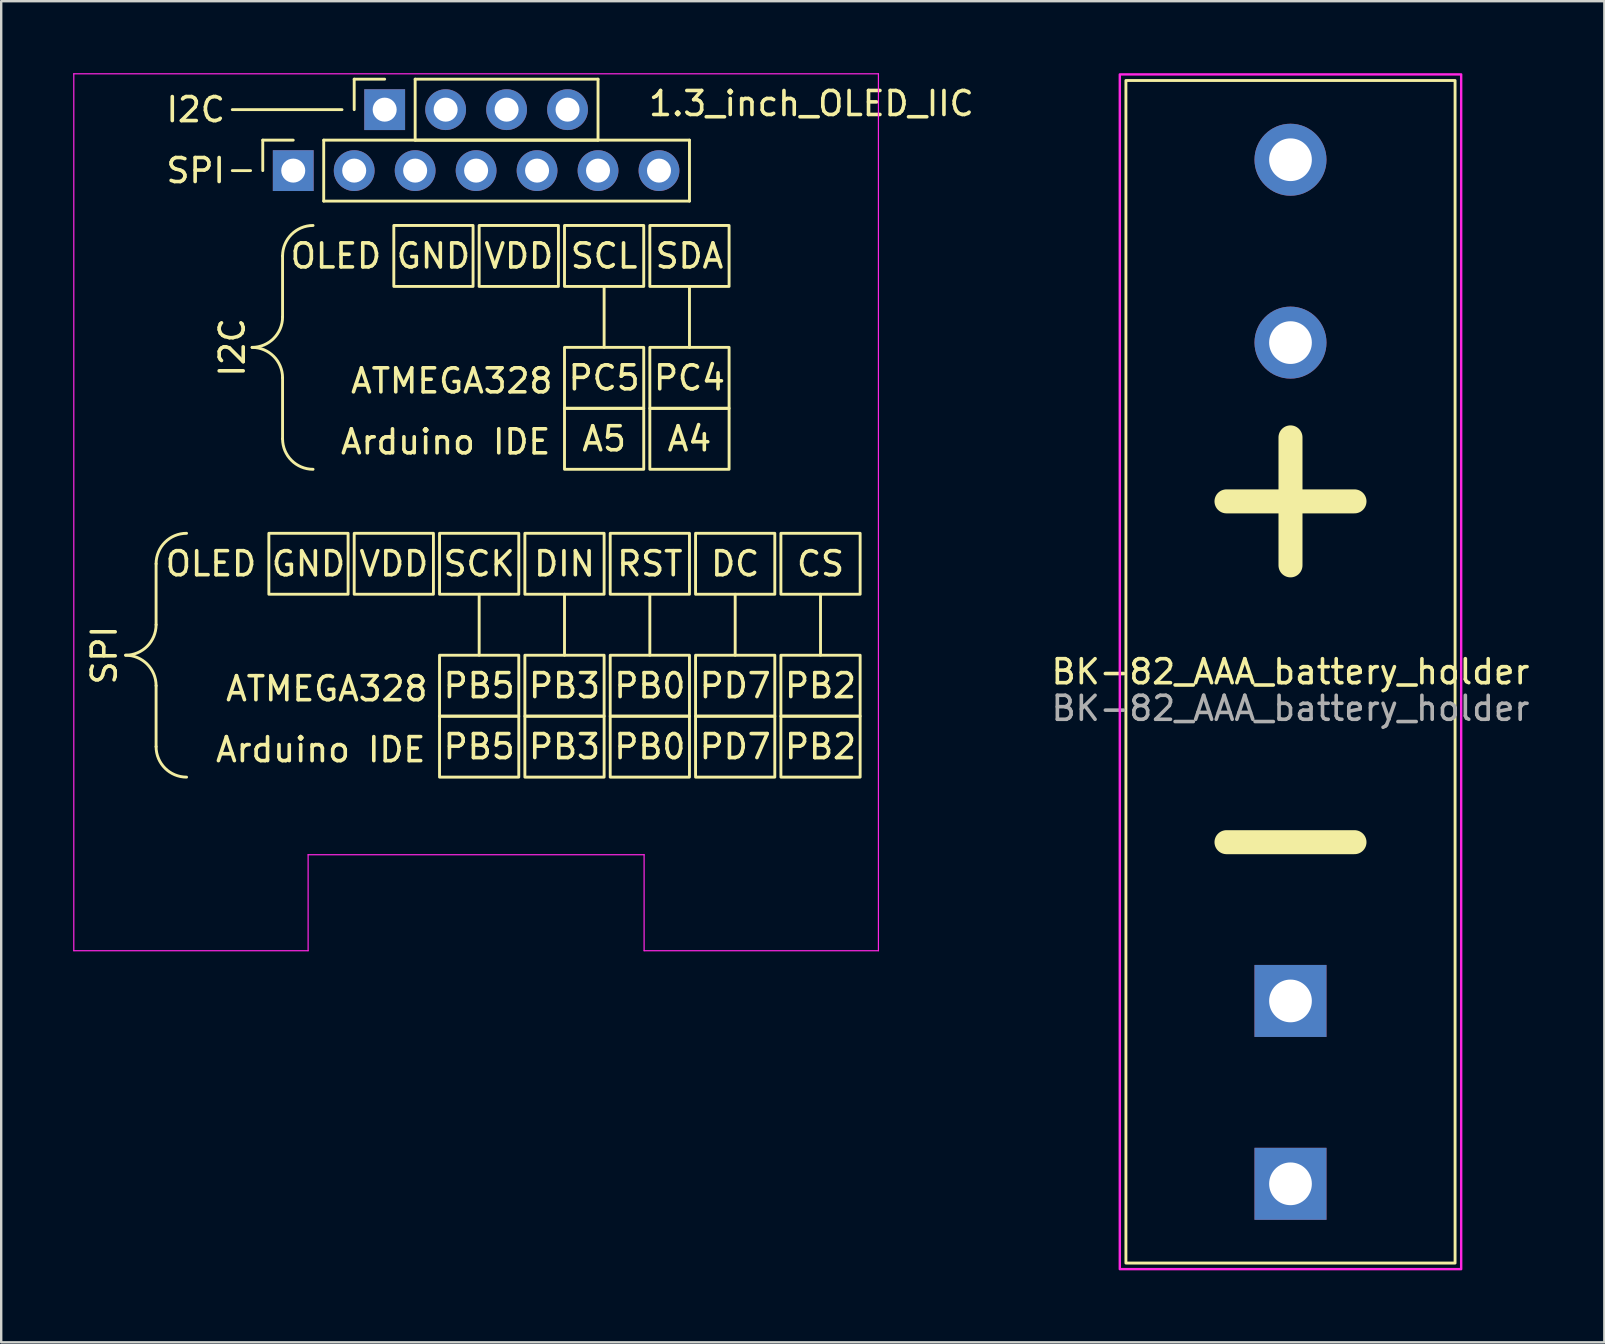
<source format=kicad_pcb>
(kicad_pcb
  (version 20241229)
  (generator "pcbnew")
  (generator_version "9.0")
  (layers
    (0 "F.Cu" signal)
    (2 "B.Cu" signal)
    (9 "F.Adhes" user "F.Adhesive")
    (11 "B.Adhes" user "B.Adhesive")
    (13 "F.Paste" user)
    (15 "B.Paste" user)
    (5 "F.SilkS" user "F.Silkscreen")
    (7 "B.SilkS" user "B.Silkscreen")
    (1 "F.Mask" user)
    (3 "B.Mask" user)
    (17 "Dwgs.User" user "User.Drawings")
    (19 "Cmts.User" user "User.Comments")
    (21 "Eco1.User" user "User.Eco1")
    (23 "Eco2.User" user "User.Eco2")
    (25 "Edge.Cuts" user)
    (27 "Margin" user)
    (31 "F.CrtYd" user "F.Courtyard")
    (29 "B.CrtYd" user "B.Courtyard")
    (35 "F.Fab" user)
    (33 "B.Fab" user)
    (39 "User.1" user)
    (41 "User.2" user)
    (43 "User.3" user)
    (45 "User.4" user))
  (footprint "BK-82_AAA_battery_holder"
    (layer "F.Cu")
    (at 50.723 24.942)
    (property "Reference" "BK-82_AAA_battery_holder" (at 0 0 0) (unlocked yes) (layer "F.SilkS") (effects (font (size 1 1) (thickness 0.15))))
    (attr smd)
    (fp_rect (start 6.858 24.638) (end -6.858 -24.638) (stroke (width 0.12) (type solid)) (fill no) (layer "F.SilkS"))
    (fp_rect (start 7.112 -24.892) (end -7.112 24.892) (stroke (width 0.1) (type solid)) (fill no) (layer "F.CrtYd"))
    (fp_text user "+" (at 0 -7.62 0) (unlocked yes) (layer "F.SilkS") (effects (font (size 7 7) (thickness 1))))
    (fp_text user "-" (at 0 7.62 180) (unlocked yes) (layer "F.SilkS") (effects (font (size 7 7) (thickness 1))))
    (fp_text user "${REFERENCE}" (at 0 1.524 0) (unlocked yes) (layer "F.Fab") (effects (font (size 1 1) (thickness 0.15))))
    (pad "1" thru_hole circle (at 0 -21.336 180) (size 3 3) (drill 1.78) (layers "*.Cu" "*.Mask"))
    (pad "1" thru_hole circle (at 0 -13.716 180) (size 3 3) (drill 1.78) (layers "*.Cu" "*.Mask"))
    (pad "2" thru_hole rect (at 0 13.716 180) (size 3 3) (drill 1.78) (layers "*.Cu" "*.Mask"))
    (pad "2" thru_hole rect (at 0 21.336 180) (size 3 3) (drill 1.78) (layers "*.Cu" "*.Mask")))
  (footprint "1.3_inch_OLED_IIC"
    (layer "F.Cu")
    (at 16.789 16.245)
    (property "Reference" "1.3_inch_OLED_IIC" (at 13.97 -14.98 180) (layer "F.SilkS") (effects (font (size 1 1) (thickness 0.15))))
    (attr through_hole)
    (fp_line (start -13.335 6.737) (end -13.335 4.197) (stroke (width 0.12) (type solid)) (layer "F.SilkS"))
    (fp_line (start -13.335 9.277) (end -13.335 11.817) (stroke (width 0.12) (type solid)) (layer "F.SilkS"))
    (fp_line (start -9.398 -12.186) (end -10.16 -12.186) (stroke (width 0.12) (type solid)) (layer "F.SilkS"))
    (fp_line (start -8.89 -12.186) (end -8.89 -13.456) (stroke (width 0.12) (type solid)) (layer "F.SilkS"))
    (fp_line (start -8.065 -6.09) (end -8.065 -8.63) (stroke (width 0.12) (type solid)) (layer "F.SilkS"))
    (fp_line (start -8.065 -3.55) (end -8.065 -1.01) (stroke (width 0.12) (type solid)) (layer "F.SilkS"))
    (fp_line (start -7.62 -13.456) (end -8.89 -13.456) (stroke (width 0.12) (type solid)) (layer "F.SilkS"))
    (fp_line (start -6.35 -13.456) (end 8.89 -13.456) (stroke (width 0.12) (type solid)) (layer "F.SilkS"))
    (fp_line (start -6.35 -10.916) (end -6.35 -13.456) (stroke (width 0.12) (type solid)) (layer "F.SilkS"))
    (fp_line (start -6.35 -10.916) (end 8.89 -10.916) (stroke (width 0.12) (type solid)) (layer "F.SilkS"))
    (fp_line (start -5.588 -14.726) (end -10.16 -14.726) (stroke (width 0.12) (type solid)) (layer "F.SilkS"))
    (fp_line (start -5.08 -14.726) (end -5.08 -15.996) (stroke (width 0.12) (type solid)) (layer "F.SilkS"))
    (fp_line (start -3.81 -15.996) (end -5.08 -15.996) (stroke (width 0.12) (type solid)) (layer "F.SilkS"))
    (fp_line (start -2.54 -15.996) (end 5.08 -15.996) (stroke (width 0.12) (type solid)) (layer "F.SilkS"))
    (fp_line (start -2.54 -13.456) (end -2.54 -15.996) (stroke (width 0.12) (type solid)) (layer "F.SilkS"))
    (fp_line (start -2.54 -13.456) (end 5.08 -13.456) (stroke (width 0.12) (type solid)) (layer "F.SilkS"))
    (fp_line (start 0.127 8.007) (end 0.127 5.467) (stroke (width 0.12) (type solid)) (layer "F.SilkS"))
    (fp_line (start 3.683 5.467) (end 3.683 8.007) (stroke (width 0.12) (type solid)) (layer "F.SilkS"))
    (fp_line (start 5.08 -13.456) (end 5.08 -15.996) (stroke (width 0.12) (type solid)) (layer "F.SilkS"))
    (fp_line (start 5.334 -4.82) (end 5.334 -7.36) (stroke (width 0.12) (type solid)) (layer "F.SilkS"))
    (fp_line (start 7.239 5.467) (end 7.239 8.007) (stroke (width 0.12) (type solid)) (layer "F.SilkS"))
    (fp_line (start 8.89 -10.916) (end 8.89 -13.456) (stroke (width 0.12) (type solid)) (layer "F.SilkS"))
    (fp_line (start 8.89 -7.36) (end 8.89 -4.82) (stroke (width 0.12) (type solid)) (layer "F.SilkS"))
    (fp_line (start 10.795 5.467) (end 10.795 8.007) (stroke (width 0.12) (type solid)) (layer "F.SilkS"))
    (fp_line (start 14.351 8.007) (end 14.351 5.467) (stroke (width 0.12) (type solid)) (layer "F.SilkS"))
    (fp_rect (start -8.636 2.927) (end -5.334 5.467) (stroke (width 0.12) (type solid)) (fill no) (layer "F.SilkS"))
    (fp_rect (start -5.08 2.927) (end -1.778 5.467) (stroke (width 0.12) (type solid)) (fill no) (layer "F.SilkS"))
    (fp_rect (start -3.429 -9.9) (end -0.127 -7.36) (stroke (width 0.12) (type solid)) (fill no) (layer "F.SilkS"))
    (fp_rect (start -1.524 2.927) (end 1.778 5.467) (stroke (width 0.12) (type solid)) (fill no) (layer "F.SilkS"))
    (fp_rect (start -1.524 8.007) (end 1.778 10.547) (stroke (width 0.12) (type solid)) (fill no) (layer "F.SilkS"))
    (fp_rect (start -1.524 10.547) (end 1.778 13.087) (stroke (width 0.12) (type solid)) (fill no) (layer "F.SilkS"))
    (fp_rect (start 0.127 -9.9) (end 3.429 -7.36) (stroke (width 0.12) (type solid)) (fill no) (layer "F.SilkS"))
    (fp_rect (start 2.032 2.927) (end 5.334 5.467) (stroke (width 0.12) (type solid)) (fill no) (layer "F.SilkS"))
    (fp_rect (start 2.032 8.007) (end 5.334 10.547) (stroke (width 0.12) (type solid)) (fill no) (layer "F.SilkS"))
    (fp_rect (start 2.032 10.547) (end 5.334 13.087) (stroke (width 0.12) (type solid)) (fill no) (layer "F.SilkS"))
    (fp_rect (start 3.683 -9.9) (end 6.985 -7.36) (stroke (width 0.12) (type solid)) (fill no) (layer "F.SilkS"))
    (fp_rect (start 3.683 -4.82) (end 6.985 -2.28) (stroke (width 0.12) (type solid)) (fill no) (layer "F.SilkS"))
    (fp_rect (start 3.683 -2.28) (end 6.985 0.26) (stroke (width 0.12) (type solid)) (fill no) (layer "F.SilkS"))
    (fp_rect (start 5.588 2.927) (end 8.89 5.467) (stroke (width 0.12) (type solid)) (fill no) (layer "F.SilkS"))
    (fp_rect (start 5.588 8.007) (end 8.89 10.547) (stroke (width 0.12) (type solid)) (fill no) (layer "F.SilkS"))
    (fp_rect (start 5.588 10.547) (end 8.89 13.087) (stroke (width 0.12) (type solid)) (fill no) (layer "F.SilkS"))
    (fp_rect (start 7.239 -9.9) (end 10.541 -7.36) (stroke (width 0.12) (type solid)) (fill no) (layer "F.SilkS"))
    (fp_rect (start 7.239 -4.82) (end 10.541 -2.28) (stroke (width 0.12) (type solid)) (fill no) (layer "F.SilkS"))
    (fp_rect (start 7.239 -2.28) (end 10.541 0.26) (stroke (width 0.12) (type solid)) (fill no) (layer "F.SilkS"))
    (fp_rect (start 9.144 2.927) (end 12.446 5.467) (stroke (width 0.12) (type solid)) (fill no) (layer "F.SilkS"))
    (fp_rect (start 9.144 8.007) (end 12.446 10.547) (stroke (width 0.12) (type solid)) (fill no) (layer "F.SilkS"))
    (fp_rect (start 9.144 10.547) (end 12.446 13.087) (stroke (width 0.12) (type solid)) (fill no) (layer "F.SilkS"))
    (fp_rect (start 12.7 2.927) (end 16.002 5.467) (stroke (width 0.12) (type solid)) (fill no) (layer "F.SilkS"))
    (fp_rect (start 12.7 8.007) (end 16.002 10.547) (stroke (width 0.12) (type solid)) (fill no) (layer "F.SilkS"))
    (fp_rect (start 12.7 10.547) (end 16.002 13.087) (stroke (width 0.12) (type solid)) (fill no) (layer "F.SilkS"))
    (fp_arc (start -14.605 8.007) (mid -13.706974 8.378974) (end -13.335 9.277) (stroke (width 0.12) (type solid)) (layer "F.SilkS"))
    (fp_arc (start -13.335 4.197) (mid -12.963026 3.298974) (end -12.065 2.927) (stroke (width 0.12) (type solid)) (layer "F.SilkS"))
    (fp_arc (start -13.335 6.737) (mid -13.706974 7.635026) (end -14.605 8.007) (stroke (width 0.12) (type solid)) (layer "F.SilkS"))
    (fp_arc (start -12.065 13.087) (mid -12.963026 12.715026) (end -13.335 11.817) (stroke (width 0.12) (type solid)) (layer "F.SilkS"))
    (fp_arc (start -9.3345 -4.82) (mid -8.436474 -4.448026) (end -8.0645 -3.55) (stroke (width 0.12) (type solid)) (layer "F.SilkS"))
    (fp_arc (start -8.0645 -8.63) (mid -7.692526 -9.528026) (end -6.7945 -9.9) (stroke (width 0.12) (type solid)) (layer "F.SilkS"))
    (fp_arc (start -8.0645 -6.09) (mid -8.436474 -5.191974) (end -9.3345 -4.82) (stroke (width 0.12) (type solid)) (layer "F.SilkS"))
    (fp_arc (start -6.7945 0.26) (mid -7.692526 -0.111974) (end -8.0645 -1.01) (stroke (width 0.12) (type solid)) (layer "F.SilkS"))
    (fp_line (start -16.764 -16.22) (end 16.764 -16.22) (stroke (width 0.05) (type solid)) (layer "F.CrtYd"))
    (fp_line (start -16.764 20.32) (end -16.764 -16.22) (stroke (width 0.05) (type solid)) (layer "F.CrtYd"))
    (fp_line (start -7 16.32) (end -7 20.32) (stroke (width 0.05) (type solid)) (layer "F.CrtYd"))
    (fp_line (start -7 16.32) (end 7 16.32) (stroke (width 0.05) (type solid)) (layer "F.CrtYd"))
    (fp_line (start -7 20.32) (end -16.764 20.32) (stroke (width 0.05) (type solid)) (layer "F.CrtYd"))
    (fp_line (start 7 16.32) (end 7 20.32) (stroke (width 0.05) (type solid)) (layer "F.CrtYd"))
    (fp_line (start 16.764 -16.22) (end 16.764 20.32) (stroke (width 0.05) (type solid)) (layer "F.CrtYd"))
    (fp_line (start 16.764 20.32) (end 7 20.32) (stroke (width 0.05) (type solid)) (layer "F.CrtYd"))
    (fp_text user "I2C" (at -11.684 -14.726 0) (unlocked yes) (layer "F.SilkS") (effects (font (size 1 1) (thickness 0.15))))
    (fp_text user "SPI" (at -11.684 -12.186 0) (unlocked yes) (layer "F.SilkS") (effects (font (size 1 1) (thickness 0.15))))
    (fp_text user "SPI" (at -15.494 8.007 90) (unlocked yes) (layer "F.SilkS") (effects (font (size 1 1) (thickness 0.15))))
    (fp_text user "SDA" (at 8.89 -8.63 0) (unlocked yes) (layer "F.SilkS") (effects (font (size 1 1) (thickness 0.15))))
    (fp_text user "SCL" (at 5.334 -8.63 0) (unlocked yes) (layer "F.SilkS") (effects (font (size 1 1) (thickness 0.15))))
    (fp_text user "DIN" (at 3.683 4.197 0) (unlocked yes) (layer "F.SilkS") (effects (font (size 1 1) (thickness 0.15))))
    (fp_text user "A5" (at 5.334 -1.01 0) (unlocked yes) (layer "F.SilkS") (effects (font (size 1 1) (thickness 0.15))))
    (fp_text user "GND" (at -1.778 -8.63 0) (unlocked yes) (layer "F.SilkS") (effects (font (size 1 1) (thickness 0.15))))
    (fp_text user "PB3" (at 3.683 11.817 0) (unlocked yes) (layer "F.SilkS") (effects (font (size 1 1) (thickness 0.15))))
    (fp_text user "ATMEGA328" (at -6.223 9.404 0) (unlocked yes) (layer "F.SilkS") (effects (font (size 1 1) (thickness 0.15))))
    (fp_text user "PB0" (at 7.239 11.817 0) (unlocked yes) (layer "F.SilkS") (effects (font (size 1 1) (thickness 0.15))))
    (fp_text user "SCK" (at 0.127 4.197 0) (unlocked yes) (layer "F.SilkS") (effects (font (size 1 1) (thickness 0.15))))
    (fp_text user "Arduino IDE" (at -6.477 11.944 0) (unlocked yes) (layer "F.SilkS") (effects (font (size 1 1) (thickness 0.15))))
    (fp_text user "PB5" (at 0.127 9.277 0) (unlocked yes) (layer "F.SilkS") (effects (font (size 1 1) (thickness 0.15))))
    (fp_text user "CS" (at 14.351 4.197 0) (unlocked yes) (layer "F.SilkS") (effects (font (size 1 1) (thickness 0.15))))
    (fp_text user "Arduino IDE" (at -1.27 -0.883 0) (unlocked yes) (layer "F.SilkS") (effects (font (size 1 1) (thickness 0.15))))
    (fp_text user "GND" (at -6.985 4.197 0) (unlocked yes) (layer "F.SilkS") (effects (font (size 1 1) (thickness 0.15))))
    (fp_text user "I2C" (at -10.16 -4.82 90) (unlocked yes) (layer "F.SilkS") (effects (font (size 1 1) (thickness 0.15))))
    (fp_text user "PB2" (at 14.351 9.277 0) (unlocked yes) (layer "F.SilkS") (effects (font (size 1 1) (thickness 0.15))))
    (fp_text user "ATMEGA328" (at -1.016 -3.423 0) (unlocked yes) (layer "F.SilkS") (effects (font (size 1 1) (thickness 0.15))))
    (fp_text user "PC5" (at 5.334 -3.55 0) (unlocked yes) (layer "F.SilkS") (effects (font (size 1 1) (thickness 0.15))))
    (fp_text user "PD7" (at 10.795 11.817 0) (unlocked yes) (layer "F.SilkS") (effects (font (size 1 1) (thickness 0.15))))
    (fp_text user "VDD" (at 1.778 -8.63 0) (unlocked yes) (layer "F.SilkS") (effects (font (size 1 1) (thickness 0.15))))
    (fp_text user "A4" (at 8.89 -1.01 0) (unlocked yes) (layer "F.SilkS") (effects (font (size 1 1) (thickness 0.15))))
    (fp_text user "PB0" (at 7.239 9.277 0) (unlocked yes) (layer "F.SilkS") (effects (font (size 1 1) (thickness 0.15))))
    (fp_text user "PC4" (at 8.89 -3.55 0) (unlocked yes) (layer "F.SilkS") (effects (font (size 1 1) (thickness 0.15))))
    (fp_text user "PD7" (at 10.795 9.277 0) (unlocked yes) (layer "F.SilkS") (effects (font (size 1 1) (thickness 0.15))))
    (fp_text user "OLED" (at -11.049 4.197 0) (unlocked yes) (layer "F.SilkS") (effects (font (size 1 1) (thickness 0.15))))
    (fp_text user "RST" (at 7.239 4.197 0) (unlocked yes) (layer "F.SilkS") (effects (font (size 1 1) (thickness 0.15))))
    (fp_text user "PB5" (at 0.127 11.817 0) (unlocked yes) (layer "F.SilkS") (effects (font (size 1 1) (thickness 0.15))))
    (fp_text user "DC" (at 10.795 4.197 0) (unlocked yes) (layer "F.SilkS") (effects (font (size 1 1) (thickness 0.15))))
    (fp_text user "VDD" (at -3.429 4.197 0) (unlocked yes) (layer "F.SilkS") (effects (font (size 1 1) (thickness 0.15))))
    (fp_text user "PB2" (at 14.351 11.817 0) (unlocked yes) (layer "F.SilkS") (effects (font (size 1 1) (thickness 0.15))))
    (fp_text user "PB3" (at 3.683 9.277 0) (unlocked yes) (layer "F.SilkS") (effects (font (size 1 1) (thickness 0.15))))
    (fp_text user "OLED" (at -5.842 -8.63 0) (unlocked yes) (layer "F.SilkS") (effects (font (size 1 1) (thickness 0.15))))
    (pad "1" thru_hole rect (at -7.62 -12.186 90) (size 1.7 1.7) (drill 1) (layers "*.Cu" "*.Mask"))
    (pad "1" thru_hole rect (at -3.81 -14.726 90) (size 1.7 1.7) (drill 1) (layers "*.Cu" "*.Mask"))
    (pad "2" thru_hole oval (at -5.08 -12.186 90) (size 1.7 1.7) (drill 1) (layers "*.Cu" "*.Mask"))
    (pad "2" thru_hole oval (at -1.27 -14.726 90) (size 1.7 1.7) (drill 1) (layers "*.Cu" "*.Mask"))
    (pad "3" thru_hole oval (at 1.27 -14.726 90) (size 1.7 1.7) (drill 1) (layers "*.Cu" "*.Mask"))
    (pad "4" thru_hole oval (at 3.81 -14.726 90) (size 1.7 1.7) (drill 1) (layers "*.Cu" "*.Mask"))
    (pad "5" thru_hole oval (at -2.54 -12.186 90) (size 1.7 1.7) (drill 1) (layers "*.Cu" "*.Mask"))
    (pad "6" thru_hole oval (at 0 -12.186 90) (size 1.7 1.7) (drill 1) (layers "*.Cu" "*.Mask"))
    (pad "7" thru_hole oval (at 2.54 -12.186 90) (size 1.7 1.7) (drill 1) (layers "*.Cu" "*.Mask"))
    (pad "8" thru_hole oval (at 5.08 -12.186 90) (size 1.7 1.7) (drill 1) (layers "*.Cu" "*.Mask"))
    (pad "9" thru_hole oval (at 7.62 -12.186 90) (size 1.7 1.7) (drill 1) (layers "*.Cu" "*.Mask")))
  (gr_rect
    (start -3 -3)
    (end 63.801 52.884)
    (stroke (width 0.1) (type default))
    (fill no)
    (layer "Edge.Cuts")))
</source>
